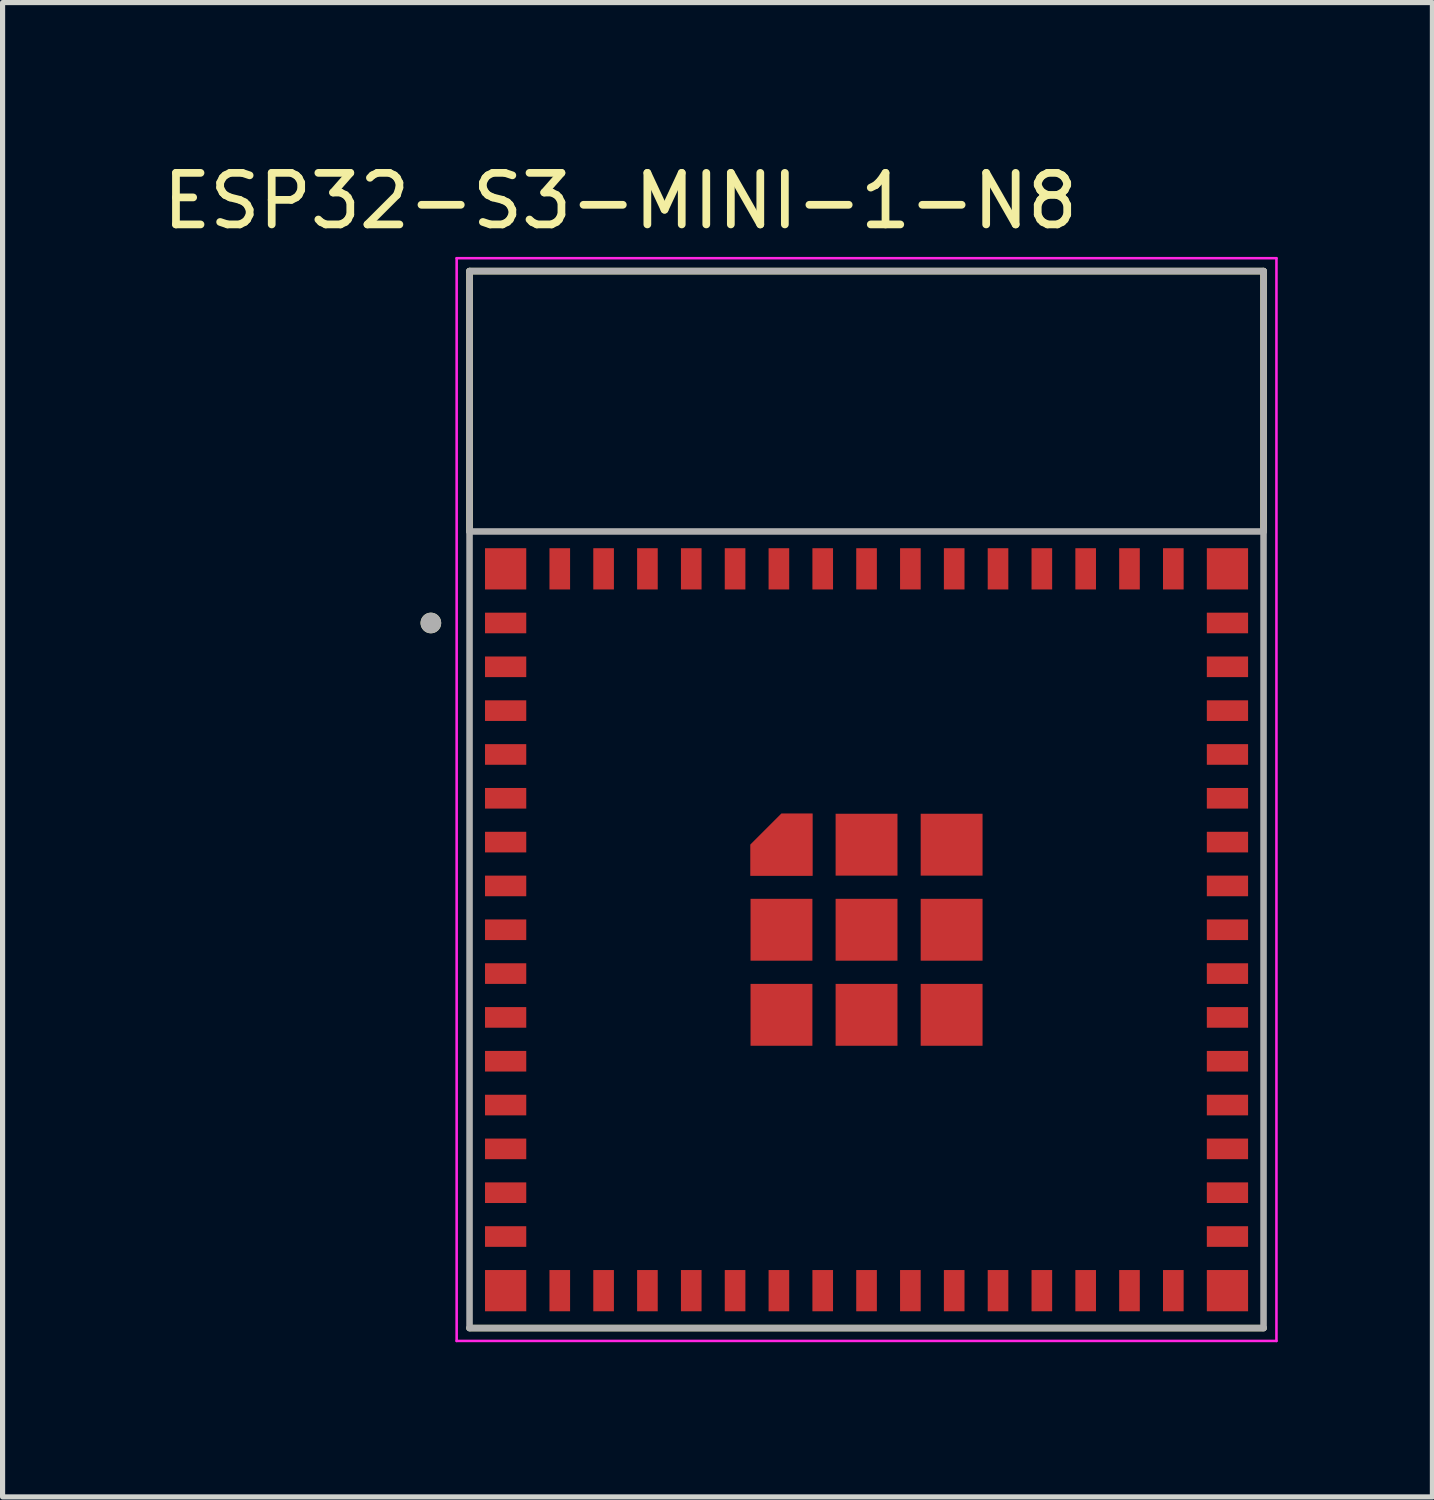
<source format=kicad_pcb>
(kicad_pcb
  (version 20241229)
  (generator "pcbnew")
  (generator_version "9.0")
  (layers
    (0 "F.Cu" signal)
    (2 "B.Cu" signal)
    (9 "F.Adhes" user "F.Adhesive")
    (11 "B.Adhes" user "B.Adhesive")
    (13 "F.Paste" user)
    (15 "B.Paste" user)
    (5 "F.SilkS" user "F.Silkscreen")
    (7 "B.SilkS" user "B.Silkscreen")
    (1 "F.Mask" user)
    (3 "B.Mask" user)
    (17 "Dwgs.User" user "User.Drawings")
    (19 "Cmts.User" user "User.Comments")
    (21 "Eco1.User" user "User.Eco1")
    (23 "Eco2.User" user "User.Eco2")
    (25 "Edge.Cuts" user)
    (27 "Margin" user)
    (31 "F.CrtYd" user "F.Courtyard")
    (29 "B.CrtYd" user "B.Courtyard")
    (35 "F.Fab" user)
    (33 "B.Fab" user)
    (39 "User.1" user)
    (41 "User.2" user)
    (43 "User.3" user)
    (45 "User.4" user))
  (footprint "ESP32-S3-MINI-1-N8"
    (layer "F.Cu")
    (at 13.757 14.983)
    (property "Reference" "ESP32-S3-MINI-1-N8" (at -4.775 -14.135 0) (layer "F.SilkS") (effects (font (size 1 1) (thickness 0.15))))
    (attr smd)
    (fp_poly (pts (xy -2.35 -0.95) (xy -0.95 -0.95) (xy -0.95 -2.35) (xy -1.7 -2.35) (xy -2.35 -1.7)) (stroke (width 0.01) (type solid)) (fill yes) (layer "F.Mask"))
    (fp_line (start -7.7 -12.775) (end 7.7 -12.775) (stroke (width 0.127) (type solid)) (layer "F.SilkS"))
    (fp_line (start -7.7 -7.725) (end -7.7 -12.775) (stroke (width 0.127) (type solid)) (layer "F.SilkS"))
    (fp_line (start 7.7 -12.775) (end 7.7 -7.725) (stroke (width 0.127) (type solid)) (layer "F.SilkS"))
    (fp_line (start 7.7 7.725) (end -7.7 7.725) (stroke (width 0.127) (type solid)) (layer "F.SilkS"))
    (fp_circle (center -8.45 -5.95) (end -8.35 -5.95) (stroke (width 0.2) (type solid)) (fill no) (layer "F.SilkS"))
    (fp_poly (pts (xy -2.25 -1.05) (xy -1.05 -1.05) (xy -1.05 -2.25) (xy -1.65 -2.25) (xy -2.25 -1.65)) (stroke (width 0.01) (type solid)) (fill yes) (layer "F.Paste"))
    (fp_line (start -7.95 -13.025) (end -7.95 7.975) (stroke (width 0.05) (type solid)) (layer "F.CrtYd"))
    (fp_line (start -7.95 7.975) (end 7.95 7.975) (stroke (width 0.05) (type solid)) (layer "F.CrtYd"))
    (fp_line (start 7.95 -13.025) (end -7.95 -13.025) (stroke (width 0.05) (type solid)) (layer "F.CrtYd"))
    (fp_line (start 7.95 7.975) (end 7.95 -13.025) (stroke (width 0.05) (type solid)) (layer "F.CrtYd"))
    (fp_line (start -7.7 -12.775) (end 7.7 -12.775) (stroke (width 0.127) (type solid)) (layer "F.Fab"))
    (fp_line (start -7.7 -7.725) (end -7.7 -12.775) (stroke (width 0.127) (type solid)) (layer "F.Fab"))
    (fp_line (start -7.7 -7.725) (end 7.7 -7.725) (stroke (width 0.127) (type solid)) (layer "F.Fab"))
    (fp_line (start -7.7 7.725) (end -7.7 -7.725) (stroke (width 0.127) (type solid)) (layer "F.Fab"))
    (fp_line (start 7.7 -12.775) (end 7.7 -7.725) (stroke (width 0.127) (type solid)) (layer "F.Fab"))
    (fp_line (start 7.7 -7.725) (end 7.7 7.725) (stroke (width 0.127) (type solid)) (layer "F.Fab"))
    (fp_line (start 7.7 7.725) (end -7.7 7.725) (stroke (width 0.127) (type solid)) (layer "F.Fab"))
    (fp_circle (center -8.45 -5.95) (end -8.35 -5.95) (stroke (width 0.2) (type solid)) (fill no) (layer "F.Fab"))
    (pad "1" smd rect (at -7 -5.95) (size 0.8 0.4) (layers "F.Cu" "F.Mask" "F.Paste"))
    (pad "2" smd rect (at -7 -5.1) (size 0.8 0.4) (layers "F.Cu" "F.Mask" "F.Paste"))
    (pad "3" smd rect (at -7 -4.25) (size 0.8 0.4) (layers "F.Cu" "F.Mask" "F.Paste"))
    (pad "4" smd rect (at -7 -3.4) (size 0.8 0.4) (layers "F.Cu" "F.Mask" "F.Paste"))
    (pad "5" smd rect (at -7 -2.55) (size 0.8 0.4) (layers "F.Cu" "F.Mask" "F.Paste"))
    (pad "6" smd rect (at -7 -1.7) (size 0.8 0.4) (layers "F.Cu" "F.Mask" "F.Paste"))
    (pad "7" smd rect (at -7 -0.85) (size 0.8 0.4) (layers "F.Cu" "F.Mask" "F.Paste"))
    (pad "8" smd rect (at -7 0) (size 0.8 0.4) (layers "F.Cu" "F.Mask" "F.Paste"))
    (pad "9" smd rect (at -7 0.85) (size 0.8 0.4) (layers "F.Cu" "F.Mask" "F.Paste"))
    (pad "10" smd rect (at -7 1.7) (size 0.8 0.4) (layers "F.Cu" "F.Mask" "F.Paste"))
    (pad "11" smd rect (at -7 2.55) (size 0.8 0.4) (layers "F.Cu" "F.Mask" "F.Paste"))
    (pad "12" smd rect (at -7 3.4) (size 0.8 0.4) (layers "F.Cu" "F.Mask" "F.Paste"))
    (pad "13" smd rect (at -7 4.25) (size 0.8 0.4) (layers "F.Cu" "F.Mask" "F.Paste"))
    (pad "14" smd rect (at -7 5.1) (size 0.8 0.4) (layers "F.Cu" "F.Mask" "F.Paste"))
    (pad "15" smd rect (at -7 5.95) (size 0.8 0.4) (layers "F.Cu" "F.Mask" "F.Paste"))
    (pad "16" smd rect (at -5.95 7) (size 0.4 0.8) (layers "F.Cu" "F.Mask" "F.Paste"))
    (pad "17" smd rect (at -5.1 7) (size 0.4 0.8) (layers "F.Cu" "F.Mask" "F.Paste"))
    (pad "18" smd rect (at -4.25 7) (size 0.4 0.8) (layers "F.Cu" "F.Mask" "F.Paste"))
    (pad "19" smd rect (at -3.4 7) (size 0.4 0.8) (layers "F.Cu" "F.Mask" "F.Paste"))
    (pad "20" smd rect (at -2.55 7) (size 0.4 0.8) (layers "F.Cu" "F.Mask" "F.Paste"))
    (pad "21" smd rect (at -1.7 7) (size 0.4 0.8) (layers "F.Cu" "F.Mask" "F.Paste"))
    (pad "22" smd rect (at -0.85 7) (size 0.4 0.8) (layers "F.Cu" "F.Mask" "F.Paste"))
    (pad "23" smd rect (at 0 7) (size 0.4 0.8) (layers "F.Cu" "F.Mask" "F.Paste"))
    (pad "24" smd rect (at 0.85 7) (size 0.4 0.8) (layers "F.Cu" "F.Mask" "F.Paste"))
    (pad "25" smd rect (at 1.7 7) (size 0.4 0.8) (layers "F.Cu" "F.Mask" "F.Paste"))
    (pad "26" smd rect (at 2.55 7) (size 0.4 0.8) (layers "F.Cu" "F.Mask" "F.Paste"))
    (pad "27" smd rect (at 3.4 7) (size 0.4 0.8) (layers "F.Cu" "F.Mask" "F.Paste"))
    (pad "28" smd rect (at 4.25 7) (size 0.4 0.8) (layers "F.Cu" "F.Mask" "F.Paste"))
    (pad "29" smd rect (at 5.1 7) (size 0.4 0.8) (layers "F.Cu" "F.Mask" "F.Paste"))
    (pad "30" smd rect (at 5.95 7) (size 0.4 0.8) (layers "F.Cu" "F.Mask" "F.Paste"))
    (pad "31" smd rect (at 7 5.95) (size 0.8 0.4) (layers "F.Cu" "F.Mask" "F.Paste"))
    (pad "32" smd rect (at 7 5.1) (size 0.8 0.4) (layers "F.Cu" "F.Mask" "F.Paste"))
    (pad "33" smd rect (at 7 4.25) (size 0.8 0.4) (layers "F.Cu" "F.Mask" "F.Paste"))
    (pad "34" smd rect (at 7 3.4) (size 0.8 0.4) (layers "F.Cu" "F.Mask" "F.Paste"))
    (pad "35" smd rect (at 7 2.55) (size 0.8 0.4) (layers "F.Cu" "F.Mask" "F.Paste"))
    (pad "36" smd rect (at 7 1.7) (size 0.8 0.4) (layers "F.Cu" "F.Mask" "F.Paste"))
    (pad "37" smd rect (at 7 0.85) (size 0.8 0.4) (layers "F.Cu" "F.Mask" "F.Paste"))
    (pad "38" smd rect (at 7 0) (size 0.8 0.4) (layers "F.Cu" "F.Mask" "F.Paste"))
    (pad "39" smd rect (at 7 -0.85) (size 0.8 0.4) (layers "F.Cu" "F.Mask" "F.Paste"))
    (pad "40" smd rect (at 7 -1.7) (size 0.8 0.4) (layers "F.Cu" "F.Mask" "F.Paste"))
    (pad "41" smd rect (at 7 -2.55) (size 0.8 0.4) (layers "F.Cu" "F.Mask" "F.Paste"))
    (pad "42" smd rect (at 7 -3.4) (size 0.8 0.4) (layers "F.Cu" "F.Mask" "F.Paste"))
    (pad "43" smd rect (at 7 -4.25) (size 0.8 0.4) (layers "F.Cu" "F.Mask" "F.Paste"))
    (pad "44" smd rect (at 7 -5.1) (size 0.8 0.4) (layers "F.Cu" "F.Mask" "F.Paste"))
    (pad "45" smd rect (at 7 -5.95) (size 0.8 0.4) (layers "F.Cu" "F.Mask" "F.Paste"))
    (pad "46" smd rect (at 5.95 -7) (size 0.4 0.8) (layers "F.Cu" "F.Mask" "F.Paste"))
    (pad "47" smd rect (at 5.1 -7) (size 0.4 0.8) (layers "F.Cu" "F.Mask" "F.Paste"))
    (pad "48" smd rect (at 4.25 -7) (size 0.4 0.8) (layers "F.Cu" "F.Mask" "F.Paste"))
    (pad "49" smd rect (at 3.4 -7) (size 0.4 0.8) (layers "F.Cu" "F.Mask" "F.Paste"))
    (pad "50" smd rect (at 2.55 -7) (size 0.4 0.8) (layers "F.Cu" "F.Mask" "F.Paste"))
    (pad "51" smd rect (at 1.7 -7) (size 0.4 0.8) (layers "F.Cu" "F.Mask" "F.Paste"))
    (pad "52" smd rect (at 0.85 -7) (size 0.4 0.8) (layers "F.Cu" "F.Mask" "F.Paste"))
    (pad "53" smd rect (at 0 -7) (size 0.4 0.8) (layers "F.Cu" "F.Mask" "F.Paste"))
    (pad "54" smd rect (at -0.85 -7) (size 0.4 0.8) (layers "F.Cu" "F.Mask" "F.Paste"))
    (pad "55" smd rect (at -1.7 -7) (size 0.4 0.8) (layers "F.Cu" "F.Mask" "F.Paste"))
    (pad "56" smd rect (at -2.55 -7) (size 0.4 0.8) (layers "F.Cu" "F.Mask" "F.Paste"))
    (pad "57" smd rect (at -3.4 -7) (size 0.4 0.8) (layers "F.Cu" "F.Mask" "F.Paste"))
    (pad "58" smd rect (at -4.25 -7) (size 0.4 0.8) (layers "F.Cu" "F.Mask" "F.Paste"))
    (pad "59" smd rect (at -5.1 -7) (size 0.4 0.8) (layers "F.Cu" "F.Mask" "F.Paste"))
    (pad "60" smd rect (at -5.95 -7) (size 0.4 0.8) (layers "F.Cu" "F.Mask" "F.Paste"))
    (pad "61" smd rect (at 0 0) (size 1.2 1.2) (layers "F.Cu" "F.Mask" "F.Paste"))
    (pad "61_1" smd custom (at -1.65 -1.65) (size 0.4 0.4) (layers "F.Cu") (options (anchor rect)) (primitives (gr_poly (pts (xy -0.6 0.6) (xy 0.6 0.6) (xy 0.6 -0.6) (xy 0 -0.6) (xy -0.6 0)) (width 0.01) (fill yes))))
    (pad "61_2" smd rect (at 0 -1.65) (size 1.2 1.2) (layers "F.Cu" "F.Mask" "F.Paste"))
    (pad "61_3" smd rect (at 1.65 -1.65) (size 1.2 1.2) (layers "F.Cu" "F.Mask" "F.Paste"))
    (pad "61_4" smd rect (at 1.65 0) (size 1.2 1.2) (layers "F.Cu" "F.Mask" "F.Paste"))
    (pad "61_5" smd rect (at 1.65 1.65) (size 1.2 1.2) (layers "F.Cu" "F.Mask" "F.Paste"))
    (pad "61_6" smd rect (at 0 1.65) (size 1.2 1.2) (layers "F.Cu" "F.Mask" "F.Paste"))
    (pad "61_7" smd rect (at -1.65 1.65) (size 1.2 1.2) (layers "F.Cu" "F.Mask" "F.Paste"))
    (pad "61_8" smd rect (at -1.65 0) (size 1.2 1.2) (layers "F.Cu" "F.Mask" "F.Paste"))
    (pad "62" smd rect (at -7 -7) (size 0.8 0.8) (layers "F.Cu" "F.Mask" "F.Paste"))
    (pad "63" smd rect (at -7 7) (size 0.8 0.8) (layers "F.Cu" "F.Mask" "F.Paste"))
    (pad "64" smd rect (at 7 7) (size 0.8 0.8) (layers "F.Cu" "F.Mask" "F.Paste"))
    (pad "65" smd rect (at 7 -7) (size 0.8 0.8) (layers "F.Cu" "F.Mask" "F.Paste"))
    (zone (net_name "") (layer "F.Cu") (hatch full 0.508) (connect_pads) (min_thickness 0.01) (filled_areas_thickness no) (keepout (tracks not_allowed) (vias not_allowed) (pads not_allowed) (copperpour not_allowed) (footprints allowed)) (placement (enabled no)) (fill) (polygon (pts (xy 6.057 2.208) (xy 21.457 2.208) (xy 21.457 7.258) (xy 6.057 7.258))))
    (zone (net_name "") (layers "F.Cu" "B.Cu") (hatch full 0.508) (connect_pads) (min_thickness 0.01) (filled_areas_thickness no) (keepout (tracks allowed) (vias not_allowed) (pads allowed) (copperpour allowed) (footprints allowed)) (placement (enabled no)) (fill) (polygon (pts (xy 6.057 2.208) (xy 21.457 2.208) (xy 21.457 7.258) (xy 6.057 7.258))))
    (zone (net_name "") (layer "B.Cu") (hatch full 0.508) (connect_pads) (min_thickness 0.01) (filled_areas_thickness no) (keepout (tracks not_allowed) (vias not_allowed) (pads not_allowed) (copperpour not_allowed) (footprints allowed)) (placement (enabled no)) (fill) (polygon (pts (xy 6.057 2.208) (xy 21.457 2.208) (xy 21.457 7.258) (xy 6.057 7.258)))))
  (gr_rect
    (start -3 -3)
    (end 24.732 25.983)
    (stroke (width 0.1) (type default))
    (fill no)
    (layer "Edge.Cuts")))
</source>
